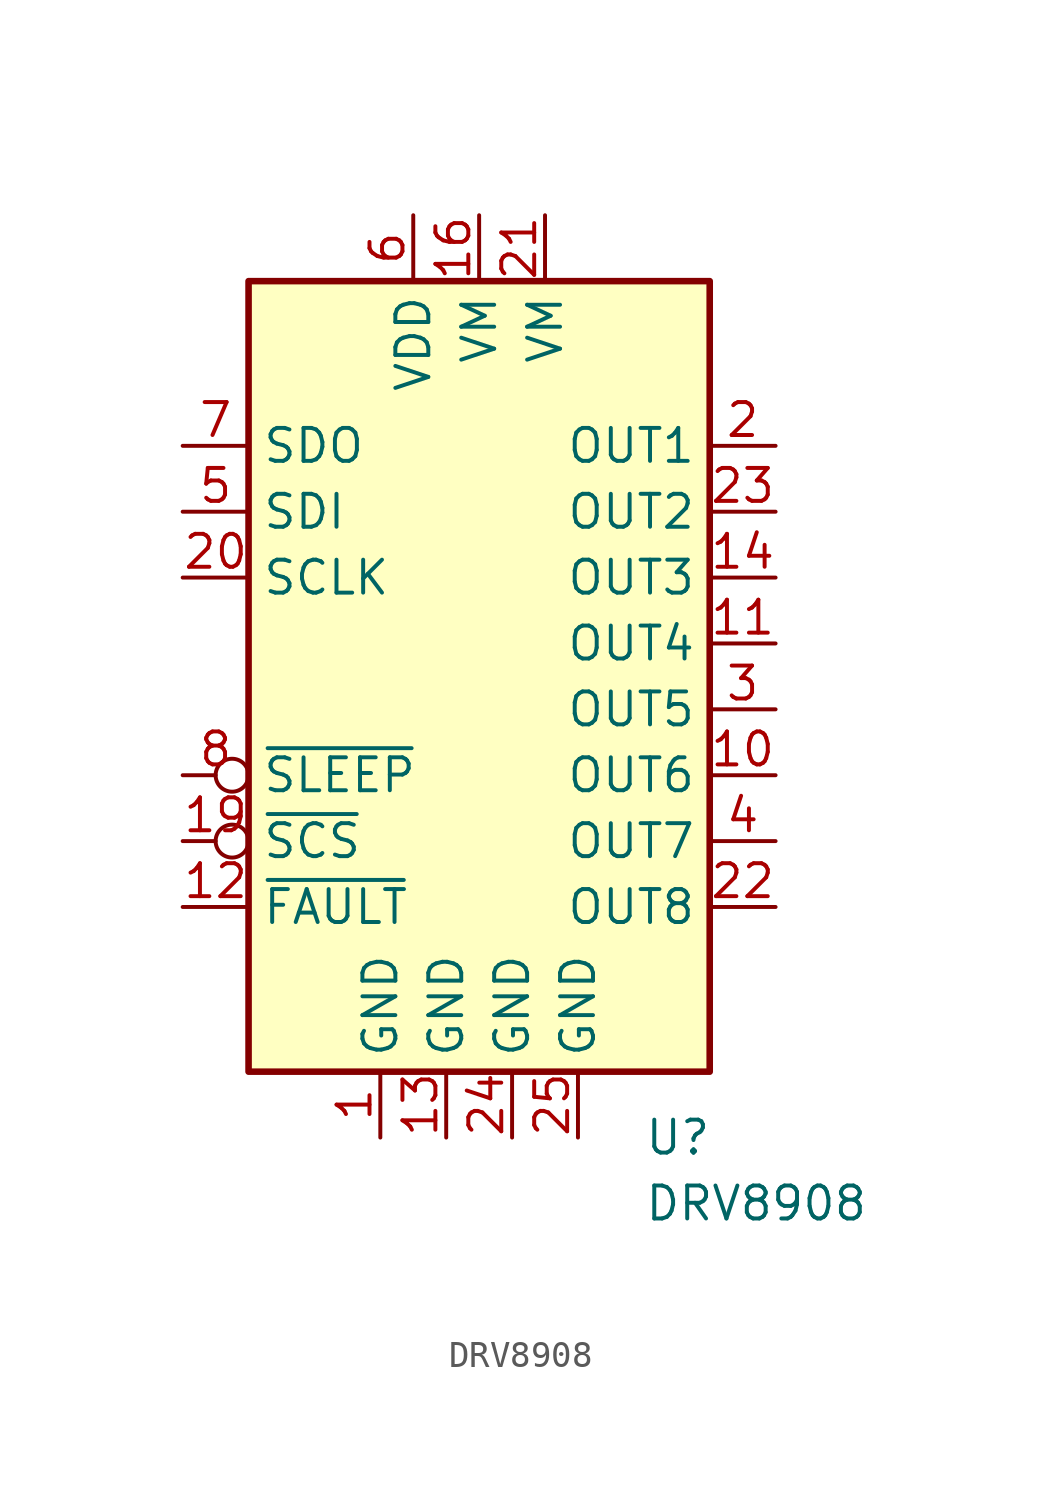
<source format=kicad_sym>
(kicad_symbol_lib
  (version 20220914)
  (generator kicad_symbol_editor)
  (symbol "DRV8908"
    (property "Reference" "U"
      (at 6.35 -17.78 0)
      (effects (font (size 1.27 1.27)) (justify left)))
    (property "Value" "DRV8908"
      (at 6.35 -20.32 0)
      (effects (font (size 1.27 1.27)) (justify left)))
    (symbol "DRV8908_1_1"
      (rectangle (start -8.89 15.24) (end 8.89 -15.24) (stroke (width 0.254) (type default)) (fill (type background)))
      (pin passive line (at -3.81 -17.78 90) (length 2.54) (name "GND" (effects (font (size 1.27 1.27)))) (number "1" (effects (font (size 1.27 1.27)))))
      (pin output line (at 11.43 -3.81 180) (length 2.54) (name "OUT6" (effects (font (size 1.27 1.27)))) (number "10" (effects (font (size 1.27 1.27)))))
      (pin output line (at 11.43 1.27 180) (length 2.54) (name "OUT4" (effects (font (size 1.27 1.27)))) (number "11" (effects (font (size 1.27 1.27)))))
      (pin open_collector line (at -11.43 -8.89 0) (length 2.54) (name "~{FAULT}" (effects (font (size 1.27 1.27)))) (number "12" (effects (font (size 1.27 1.27)))))
      (pin passive line (at -1.27 -17.78 90) (length 2.54) (name "GND" (effects (font (size 1.27 1.27)))) (number "13" (effects (font (size 1.27 1.27)))))
      (pin output line (at 11.43 3.81 180) (length 2.54) (name "OUT3" (effects (font (size 1.27 1.27)))) (number "14" (effects (font (size 1.27 1.27)))))
      (pin power_in line (at 0 17.78 270) (length 2.54) (name "VM" (effects (font (size 1.27 1.27)))) (number "16" (effects (font (size 1.27 1.27)))))
      (pin input inverted (at -11.43 -6.35 0) (length 2.54) (name "~{SCS}" (effects (font (size 1.27 1.27)))) (number "19" (effects (font (size 1.27 1.27)))))
      (pin output line (at 11.43 8.89 180) (length 2.54) (name "OUT1" (effects (font (size 1.27 1.27)))) (number "2" (effects (font (size 1.27 1.27)))))
      (pin input line (at -11.43 3.81 0) (length 2.54) (name "SCLK" (effects (font (size 1.27 1.27)))) (number "20" (effects (font (size 1.27 1.27)))))
      (pin power_in line (at 2.54 17.78 270) (length 2.54) (name "VM" (effects (font (size 1.27 1.27)))) (number "21" (effects (font (size 1.27 1.27)))))
      (pin output line (at 11.43 -8.89 180) (length 2.54) (name "OUT8" (effects (font (size 1.27 1.27)))) (number "22" (effects (font (size 1.27 1.27)))))
      (pin output line (at 11.43 6.35 180) (length 2.54) (name "OUT2" (effects (font (size 1.27 1.27)))) (number "23" (effects (font (size 1.27 1.27)))))
      (pin passive line (at 1.27 -17.78 90) (length 2.54) (name "GND" (effects (font (size 1.27 1.27)))) (number "24" (effects (font (size 1.27 1.27)))))
      (pin passive line (at 3.81 -17.78 90) (length 2.54) (name "GND" (effects (font (size 1.27 1.27)))) (number "25" (effects (font (size 1.27 1.27)))))
      (pin output line (at 11.43 -1.27 180) (length 2.54) (name "OUT5" (effects (font (size 1.27 1.27)))) (number "3" (effects (font (size 1.27 1.27)))))
      (pin output line (at 11.43 -6.35 180) (length 2.54) (name "OUT7" (effects (font (size 1.27 1.27)))) (number "4" (effects (font (size 1.27 1.27)))))
      (pin input line (at -11.43 6.35 0) (length 2.54) (name "SDI" (effects (font (size 1.27 1.27)))) (number "5" (effects (font (size 1.27 1.27)))))
      (pin power_in line (at -2.54 17.78 270) (length 2.54) (name "VDD" (effects (font (size 1.27 1.27)))) (number "6" (effects (font (size 1.27 1.27)))))
      (pin output line (at -11.43 8.89 0) (length 2.54) (name "SDO" (effects (font (size 1.27 1.27)))) (number "7" (effects (font (size 1.27 1.27)))))
      (pin input inverted (at -11.43 -3.81 0) (length 2.54) (name "~{SLEEP}" (effects (font (size 1.27 1.27)))) (number "8" (effects (font (size 1.27 1.27))))))))
</source>
